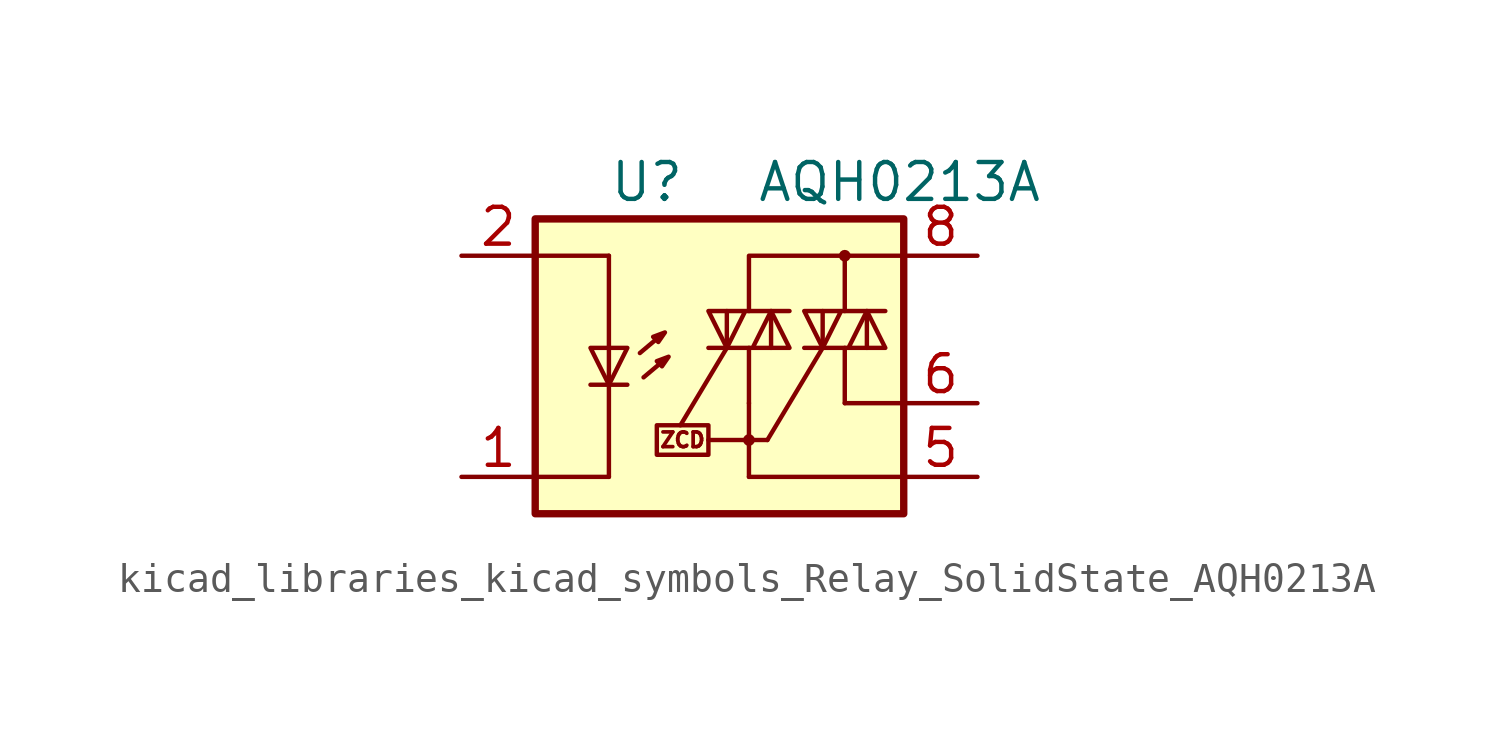
<source format=kicad_sym>
(kicad_symbol_lib
  (version 20220914)
  (generator kicad_symbol_editor)
  (symbol "kicad_libraries_kicad_symbols_Relay_SolidState_AQH0213A"
    (property "Reference" "U"
      (at -5.08 5.08 0)
      (effects (font (size 1.27 1.27)) (justify left)))
    (property "Value" "AQH0213A"
      (at 0 5.08 0)
      (effects (font (size 1.27 1.27)) (justify left)))
    (symbol "kicad_libraries_kicad_symbols_Relay_SolidState_AQH0213A_0_1"
      (polyline (pts (xy 3.048 -2.54) (xy 5.08 -2.54)) (stroke (width 0) (type default)) (fill (type none)))
      (polyline (pts (xy 3.048 -0.635) (xy 3.048 -2.54)) (stroke (width 0) (type default)) (fill (type none))))
    (symbol "kicad_libraries_kicad_symbols_Relay_SolidState_AQH0213A_1_1"
      (rectangle (start -7.62 3.81) (end 5.08 -6.35) (stroke (width 0.254) (type default)) (fill (type background)))
      (rectangle (start -3.429 -3.302) (end -1.651 -4.318) (stroke (width 0) (type default)) (fill (type none)))
      (circle (center -0.254 -3.81) (radius 0.127) (stroke (width 0) (type default)) (fill (type none)))
      (polyline (pts (xy -5.715 -1.905) (xy -4.445 -1.905)) (stroke (width 0) (type default)) (fill (type none)))
      (polyline (pts (xy -5.08 -5.08) (xy -7.62 -5.08)) (stroke (width 0) (type default)) (fill (type none)))
      (polyline (pts (xy -5.08 -1.905) (xy -5.08 -5.08)) (stroke (width 0) (type default)) (fill (type none)))
      (polyline (pts (xy -5.08 -0.635) (xy -5.08 -1.905)) (stroke (width 0) (type default)) (fill (type none)))
      (polyline (pts (xy -5.08 -0.635) (xy -5.08 2.54)) (stroke (width 0) (type default)) (fill (type none)))
      (polyline (pts (xy -5.08 2.54) (xy -7.493 2.54)) (stroke (width 0) (type default)) (fill (type none)))
      (polyline (pts (xy -3.378 -0.279) (xy -4.013 -0.813)) (stroke (width 0) (type default)) (fill (type none)))
      (polyline (pts (xy -3.251 -1.118) (xy -3.886 -1.651)) (stroke (width 0) (type default)) (fill (type none)))
      (polyline (pts (xy -1.651 -3.81) (xy -0.254 -3.81)) (stroke (width 0) (type default)) (fill (type none)))
      (polyline (pts (xy -1.016 -0.635) (xy -2.616 -3.302)) (stroke (width 0) (type default)) (fill (type none)))
      (polyline (pts (xy -1.016 -0.635) (xy -1.016 0.635)) (stroke (width 0) (type default)) (fill (type none)))
      (polyline (pts (xy -0.254 -3.81) (xy 0.381 -3.81)) (stroke (width 0) (type default)) (fill (type none)))
      (polyline (pts (xy -0.254 -2.54) (xy -0.254 -5.08)) (stroke (width 0) (type default)) (fill (type none)))
      (polyline (pts (xy -0.254 -2.54) (xy -0.254 -0.635)) (stroke (width 0) (type default)) (fill (type none)))
      (polyline (pts (xy 0.381 -3.81) (xy 2.286 -0.635)) (stroke (width 0) (type default)) (fill (type none)))
      (polyline (pts (xy 0.508 0.635) (xy 0.508 -0.635)) (stroke (width 0) (type default)) (fill (type none)))
      (polyline (pts (xy 2.286 -0.635) (xy 2.286 0.635)) (stroke (width 0) (type default)) (fill (type none)))
      (polyline (pts (xy 3.048 2.54) (xy 3.048 0.635)) (stroke (width 0) (type default)) (fill (type none)))
      (polyline (pts (xy 3.81 0.635) (xy 3.81 -0.635)) (stroke (width 0) (type default)) (fill (type none)))
      (polyline (pts (xy 5.08 -5.08) (xy -0.254 -5.08)) (stroke (width 0) (type default)) (fill (type none)))
      (polyline (pts (xy 5.08 2.54) (xy 3.048 2.54)) (stroke (width 0) (type default)) (fill (type none)))
      (polyline (pts (xy 3.048 2.54) (xy -0.254 2.54) (xy -0.254 0.635)) (stroke (width 0) (type default)) (fill (type none)))
      (polyline (pts (xy -5.08 -1.905) (xy -5.715 -0.635) (xy -4.445 -0.635) (xy -5.08 -1.905)) (stroke (width 0) (type default)) (fill (type none)))
      (polyline (pts (xy -3.556 -0.254) (xy -3.378 -0.432) (xy -3.15 -0.102) (xy -3.556 -0.254)) (stroke (width 0) (type default)) (fill (type none)))
      (polyline (pts (xy -3.429 -1.092) (xy -3.251 -1.27) (xy -3.023 -0.94) (xy -3.429 -1.092)) (stroke (width 0) (type default)) (fill (type none)))
      (polyline (pts (xy -1.651 -0.635) (xy 1.143 -0.635) (xy 0.508 0.635) (xy -0.127 -0.635)) (stroke (width 0) (type default)) (fill (type none)))
      (polyline (pts (xy 1.143 0.635) (xy -1.651 0.635) (xy -1.016 -0.635) (xy -0.381 0.635)) (stroke (width 0) (type default)) (fill (type none)))
      (polyline (pts (xy 1.651 -0.635) (xy 4.445 -0.635) (xy 3.81 0.635) (xy 3.175 -0.635)) (stroke (width 0) (type default)) (fill (type none)))
      (polyline (pts (xy 4.445 0.635) (xy 1.651 0.635) (xy 2.286 -0.635) (xy 2.921 0.635)) (stroke (width 0) (type default)) (fill (type none)))
      (circle (center 3.048 2.54) (radius 0.127) (stroke (width 0) (type default)) (fill (type none)))
      (text "ZCD" (at -2.54 -3.81 0) (effects (font (size 0.508 0.508))))
      (pin passive line (at -10.16 -5.08 0) (length 2.54) (name "~" (effects (font (size 1.27 1.27)))) (number "1" (effects (font (size 1.27 1.27)))))
      (pin passive line (at -10.16 2.54 0) (length 2.54) (name "~" (effects (font (size 1.27 1.27)))) (number "2" (effects (font (size 1.27 1.27)))))
      (pin passive line (at -10.16 -5.08 0) (length 2.54) hide (name "~" (effects (font (size 1.27 1.27)))) (number "3" (effects (font (size 1.27 1.27)))))
      (pin passive line (at -10.16 -5.08 0) (length 2.54) hide (name "~" (effects (font (size 1.27 1.27)))) (number "4" (effects (font (size 1.27 1.27)))))
      (pin passive line (at 7.62 -5.08 180) (length 2.54) (name "~" (effects (font (size 1.27 1.27)))) (number "5" (effects (font (size 1.27 1.27)))))
      (pin passive line (at 7.62 -2.54 180) (length 2.54) (name "~" (effects (font (size 1.27 1.27)))) (number "6" (effects (font (size 1.27 1.27)))))
      (pin passive line (at 7.62 2.54 180) (length 2.54) (name "~" (effects (font (size 1.27 1.27)))) (number "8" (effects (font (size 1.27 1.27))))))))
</source>
